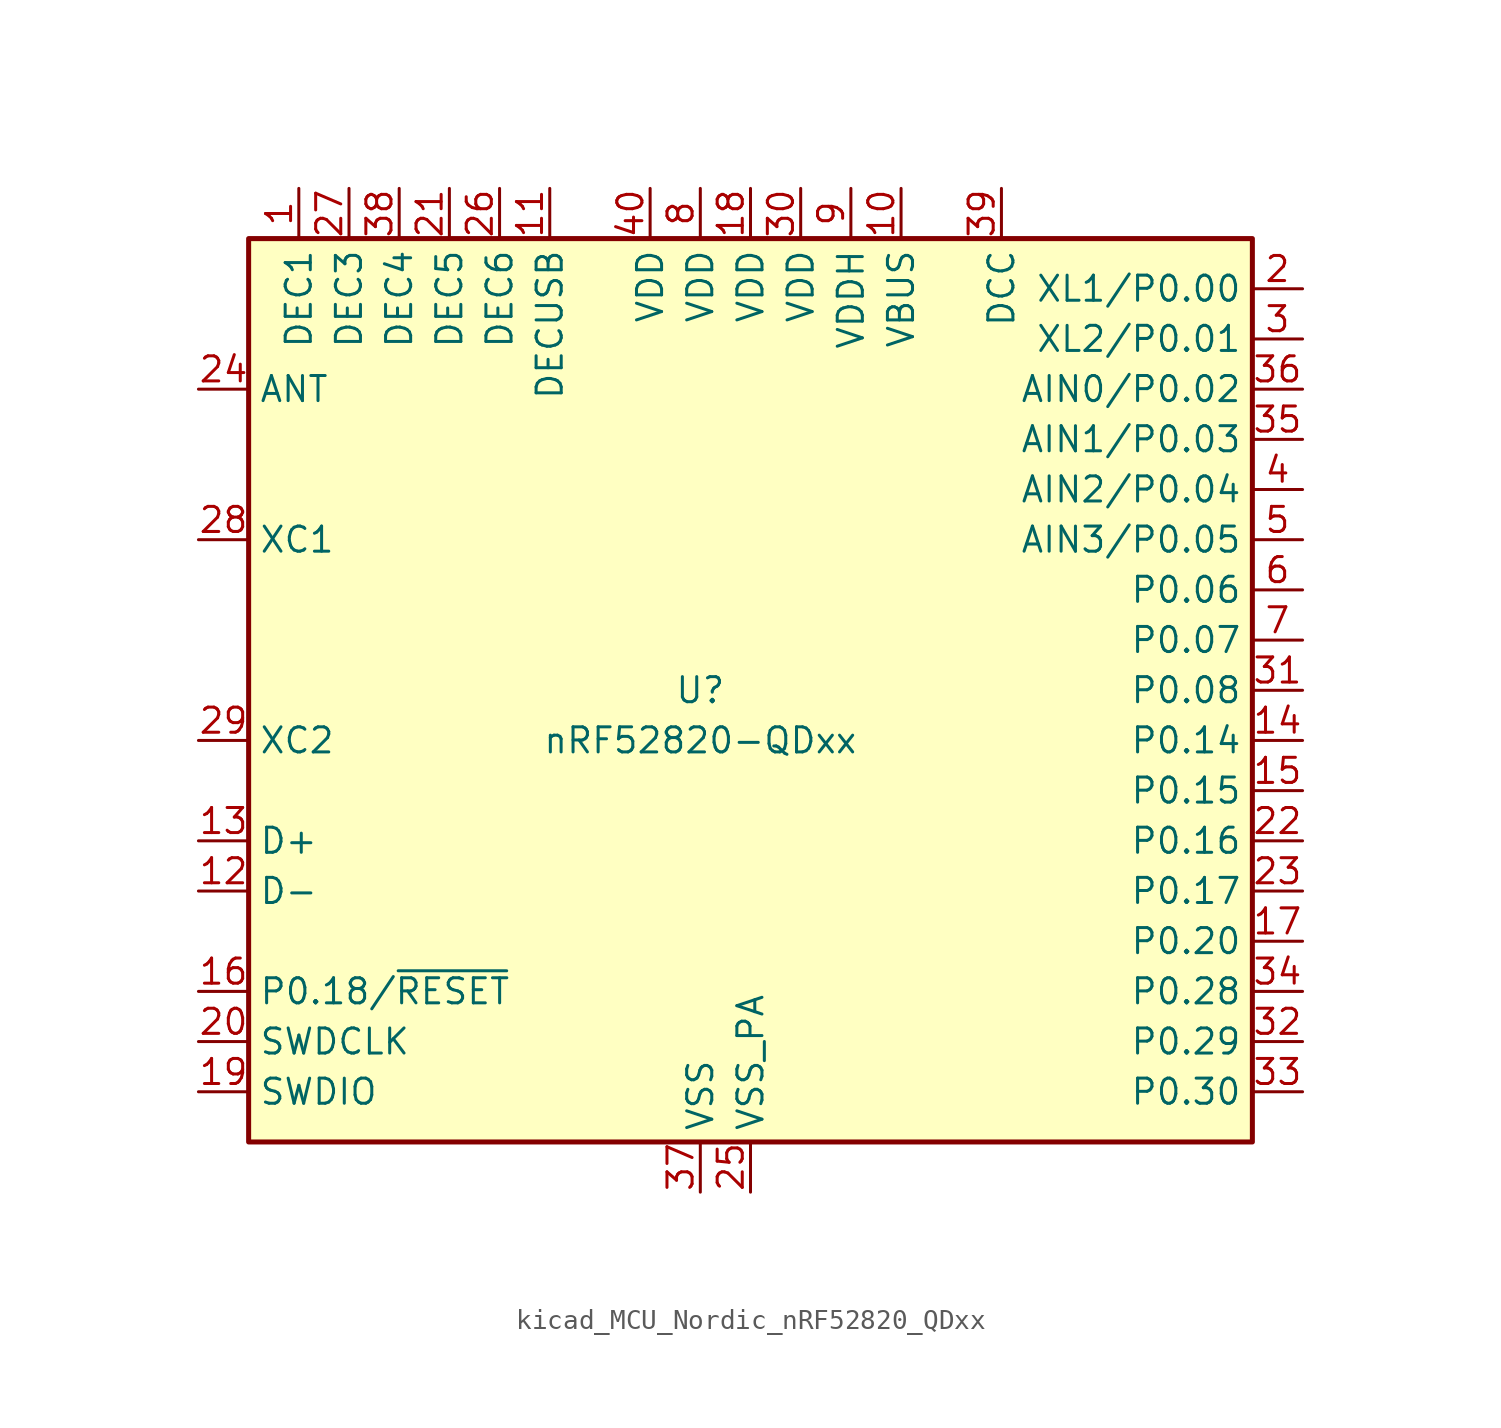
<source format=kicad_sym>
(kicad_symbol_lib
  (version 20220914)
  (generator kicad_symbol_editor)
  (symbol "kicad_MCU_Nordic_nRF52820_QDxx"
    (property "Reference" "U"
      (at -2.54 0 0)
      (effects (font (size 1.27 1.27))))
    (property "Value" "nRF52820-QDxx"
      (at -2.54 -2.54 0)
      (effects (font (size 1.27 1.27))))
    (symbol "kicad_MCU_Nordic_nRF52820_QDxx_0_1"
      (rectangle (start -25.4 22.86) (end 25.4 -22.86) (stroke (width 0.254) (type default)) (fill (type background))))
    (symbol "kicad_MCU_Nordic_nRF52820_QDxx_1_1"
      (pin passive line (at -22.86 25.4 270) (length 2.54) (name "DEC1" (effects (font (size 1.27 1.27)))) (number "1" (effects (font (size 1.27 1.27)))))
      (pin power_in line (at 7.62 25.4 270) (length 2.54) (name "VBUS" (effects (font (size 1.27 1.27)))) (number "10" (effects (font (size 1.27 1.27)))))
      (pin passive line (at -10.16 25.4 270) (length 2.54) (name "DECUSB" (effects (font (size 1.27 1.27)))) (number "11" (effects (font (size 1.27 1.27)))))
      (pin bidirectional line (at -27.94 -10.16 0) (length 2.54) (name "D-" (effects (font (size 1.27 1.27)))) (number "12" (effects (font (size 1.27 1.27)))))
      (pin bidirectional line (at -27.94 -7.62 0) (length 2.54) (name "D+" (effects (font (size 1.27 1.27)))) (number "13" (effects (font (size 1.27 1.27)))))
      (pin bidirectional line (at 27.94 -2.54 180) (length 2.54) (name "P0.14" (effects (font (size 1.27 1.27)))) (number "14" (effects (font (size 1.27 1.27)))))
      (pin bidirectional line (at 27.94 -5.08 180) (length 2.54) (name "P0.15" (effects (font (size 1.27 1.27)))) (number "15" (effects (font (size 1.27 1.27)))))
      (pin bidirectional line (at -27.94 -15.24 0) (length 2.54) (name "P0.18/~{RESET}" (effects (font (size 1.27 1.27)))) (number "16" (effects (font (size 1.27 1.27)))))
      (pin bidirectional line (at 27.94 -12.7 180) (length 2.54) (name "P0.20" (effects (font (size 1.27 1.27)))) (number "17" (effects (font (size 1.27 1.27)))))
      (pin power_in line (at 0 25.4 270) (length 2.54) (name "VDD" (effects (font (size 1.27 1.27)))) (number "18" (effects (font (size 1.27 1.27)))))
      (pin bidirectional line (at -27.94 -20.32 0) (length 2.54) (name "SWDIO" (effects (font (size 1.27 1.27)))) (number "19" (effects (font (size 1.27 1.27)))))
      (pin bidirectional line (at 27.94 20.32 180) (length 2.54) (name "XL1/P0.00" (effects (font (size 1.27 1.27)))) (number "2" (effects (font (size 1.27 1.27)))))
      (pin input line (at -27.94 -17.78 0) (length 2.54) (name "SWDCLK" (effects (font (size 1.27 1.27)))) (number "20" (effects (font (size 1.27 1.27)))))
      (pin passive line (at -15.24 25.4 270) (length 2.54) (name "DEC5" (effects (font (size 1.27 1.27)))) (number "21" (effects (font (size 1.27 1.27)))))
      (pin bidirectional line (at 27.94 -7.62 180) (length 2.54) (name "P0.16" (effects (font (size 1.27 1.27)))) (number "22" (effects (font (size 1.27 1.27)))))
      (pin bidirectional line (at 27.94 -10.16 180) (length 2.54) (name "P0.17" (effects (font (size 1.27 1.27)))) (number "23" (effects (font (size 1.27 1.27)))))
      (pin passive line (at -27.94 15.24 0) (length 2.54) (name "ANT" (effects (font (size 1.27 1.27)))) (number "24" (effects (font (size 1.27 1.27)))))
      (pin power_in line (at 0 -25.4 90) (length 2.54) (name "VSS_PA" (effects (font (size 1.27 1.27)))) (number "25" (effects (font (size 1.27 1.27)))))
      (pin passive line (at -12.7 25.4 270) (length 2.54) (name "DEC6" (effects (font (size 1.27 1.27)))) (number "26" (effects (font (size 1.27 1.27)))))
      (pin passive line (at -20.32 25.4 270) (length 2.54) (name "DEC3" (effects (font (size 1.27 1.27)))) (number "27" (effects (font (size 1.27 1.27)))))
      (pin input line (at -27.94 7.62 0) (length 2.54) (name "XC1" (effects (font (size 1.27 1.27)))) (number "28" (effects (font (size 1.27 1.27)))))
      (pin input line (at -27.94 -2.54 0) (length 2.54) (name "XC2" (effects (font (size 1.27 1.27)))) (number "29" (effects (font (size 1.27 1.27)))))
      (pin bidirectional line (at 27.94 17.78 180) (length 2.54) (name "XL2/P0.01" (effects (font (size 1.27 1.27)))) (number "3" (effects (font (size 1.27 1.27)))))
      (pin power_in line (at 2.54 25.4 270) (length 2.54) (name "VDD" (effects (font (size 1.27 1.27)))) (number "30" (effects (font (size 1.27 1.27)))))
      (pin bidirectional line (at 27.94 0 180) (length 2.54) (name "P0.08" (effects (font (size 1.27 1.27)))) (number "31" (effects (font (size 1.27 1.27)))))
      (pin bidirectional line (at 27.94 -17.78 180) (length 2.54) (name "P0.29" (effects (font (size 1.27 1.27)))) (number "32" (effects (font (size 1.27 1.27)))))
      (pin bidirectional line (at 27.94 -20.32 180) (length 2.54) (name "P0.30" (effects (font (size 1.27 1.27)))) (number "33" (effects (font (size 1.27 1.27)))))
      (pin bidirectional line (at 27.94 -15.24 180) (length 2.54) (name "P0.28" (effects (font (size 1.27 1.27)))) (number "34" (effects (font (size 1.27 1.27)))))
      (pin bidirectional line (at 27.94 12.7 180) (length 2.54) (name "AIN1/P0.03" (effects (font (size 1.27 1.27)))) (number "35" (effects (font (size 1.27 1.27)))))
      (pin bidirectional line (at 27.94 15.24 180) (length 2.54) (name "AIN0/P0.02" (effects (font (size 1.27 1.27)))) (number "36" (effects (font (size 1.27 1.27)))))
      (pin power_in line (at -2.54 -25.4 90) (length 2.54) (name "VSS" (effects (font (size 1.27 1.27)))) (number "37" (effects (font (size 1.27 1.27)))))
      (pin passive line (at -17.78 25.4 270) (length 2.54) (name "DEC4" (effects (font (size 1.27 1.27)))) (number "38" (effects (font (size 1.27 1.27)))))
      (pin power_out line (at 12.7 25.4 270) (length 2.54) (name "DCC" (effects (font (size 1.27 1.27)))) (number "39" (effects (font (size 1.27 1.27)))))
      (pin bidirectional line (at 27.94 10.16 180) (length 2.54) (name "AIN2/P0.04" (effects (font (size 1.27 1.27)))) (number "4" (effects (font (size 1.27 1.27)))))
      (pin power_in line (at -5.08 25.4 270) (length 2.54) (name "VDD" (effects (font (size 1.27 1.27)))) (number "40" (effects (font (size 1.27 1.27)))))
      (pin passive line (at -2.54 -25.4 90) (length 2.54) hide (name "VSS" (effects (font (size 1.27 1.27)))) (number "41" (effects (font (size 1.27 1.27)))))
      (pin bidirectional line (at 27.94 7.62 180) (length 2.54) (name "AIN3/P0.05" (effects (font (size 1.27 1.27)))) (number "5" (effects (font (size 1.27 1.27)))))
      (pin bidirectional line (at 27.94 5.08 180) (length 2.54) (name "P0.06" (effects (font (size 1.27 1.27)))) (number "6" (effects (font (size 1.27 1.27)))))
      (pin bidirectional line (at 27.94 2.54 180) (length 2.54) (name "P0.07" (effects (font (size 1.27 1.27)))) (number "7" (effects (font (size 1.27 1.27)))))
      (pin power_in line (at -2.54 25.4 270) (length 2.54) (name "VDD" (effects (font (size 1.27 1.27)))) (number "8" (effects (font (size 1.27 1.27)))))
      (pin power_in line (at 5.08 25.4 270) (length 2.54) (name "VDDH" (effects (font (size 1.27 1.27)))) (number "9" (effects (font (size 1.27 1.27))))))))
</source>
